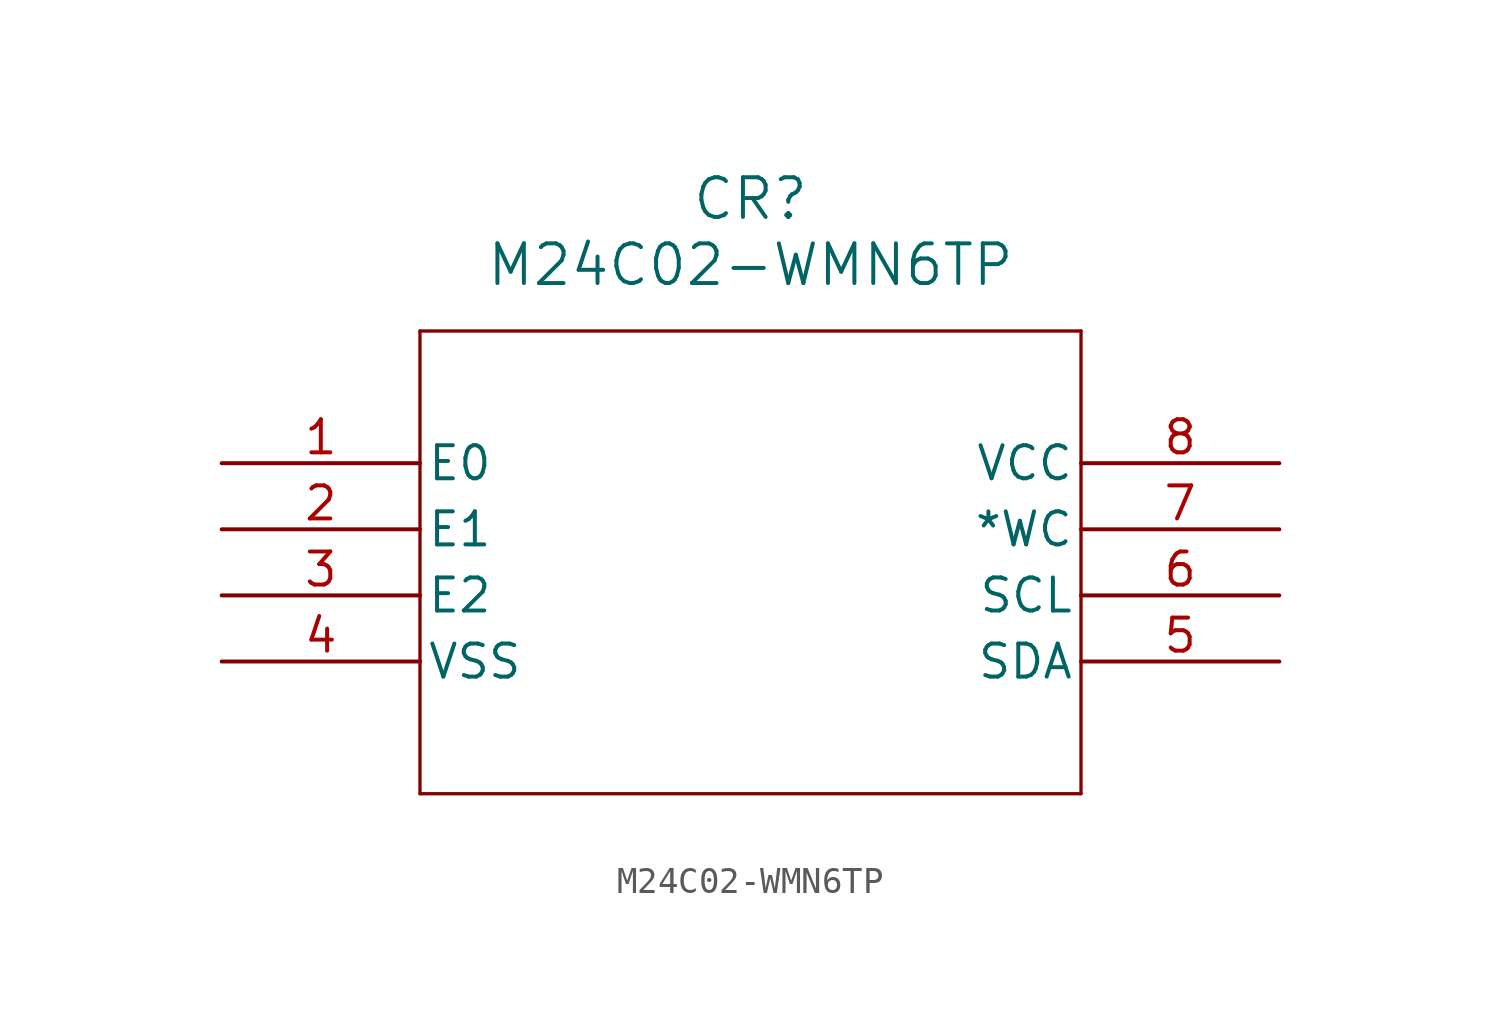
<source format=kicad_sym>
(kicad_symbol_lib
  (version 20211014)
  (generator kicad_symbol_editor)
  (symbol "M24C02-WMN6TP"
    (pin_names
      (offset 0.254))
    (property "Reference" "CR"
      (at 20.32 10.16 0)
      (effects (font (size 1.524 1.524))))
    (property "Value" "M24C02-WMN6TP"
      (at 20.32 7.62 0)
      (effects (font (size 1.524 1.524))))
    (symbol "M24C02-WMN6TP_0_1"
      (polyline (pts (xy 7.62 5.08) (xy 7.62 -12.7)) (stroke (width 0.127) (type default) (color 0 0 0 0)) (fill (type none)))
      (polyline (pts (xy 7.62 -12.7) (xy 33.02 -12.7)) (stroke (width 0.127) (type default) (color 0 0 0 0)) (fill (type none)))
      (polyline (pts (xy 33.02 -12.7) (xy 33.02 5.08)) (stroke (width 0.127) (type default) (color 0 0 0 0)) (fill (type none)))
      (polyline (pts (xy 33.02 5.08) (xy 7.62 5.08)) (stroke (width 0.127) (type default) (color 0 0 0 0)) (fill (type none)))
      (pin unspecified line (at 0 0 0) (length 7.62) (name "E0" (effects (font (size 1.27 1.27)))) (number "1" (effects (font (size 1.27 1.27)))))
      (pin unspecified line (at 0 -2.54 0) (length 7.62) (name "E1" (effects (font (size 1.27 1.27)))) (number "2" (effects (font (size 1.27 1.27)))))
      (pin unspecified line (at 0 -5.08 0) (length 7.62) (name "E2" (effects (font (size 1.27 1.27)))) (number "3" (effects (font (size 1.27 1.27)))))
      (pin power_in line (at 0 -7.62 0) (length 7.62) (name "VSS" (effects (font (size 1.27 1.27)))) (number "4" (effects (font (size 1.27 1.27)))))
      (pin bidirectional line (at 40.64 -7.62 180) (length 7.62) (name "SDA" (effects (font (size 1.27 1.27)))) (number "5" (effects (font (size 1.27 1.27)))))
      (pin input line (at 40.64 -5.08 180) (length 7.62) (name "SCL" (effects (font (size 1.27 1.27)))) (number "6" (effects (font (size 1.27 1.27)))))
      (pin input line (at 40.64 -2.54 180) (length 7.62) (name "*WC" (effects (font (size 1.27 1.27)))) (number "7" (effects (font (size 1.27 1.27)))))
      (pin power_in line (at 40.64 0 180) (length 7.62) (name "VCC" (effects (font (size 1.27 1.27)))) (number "8" (effects (font (size 1.27 1.27))))))))
</source>
